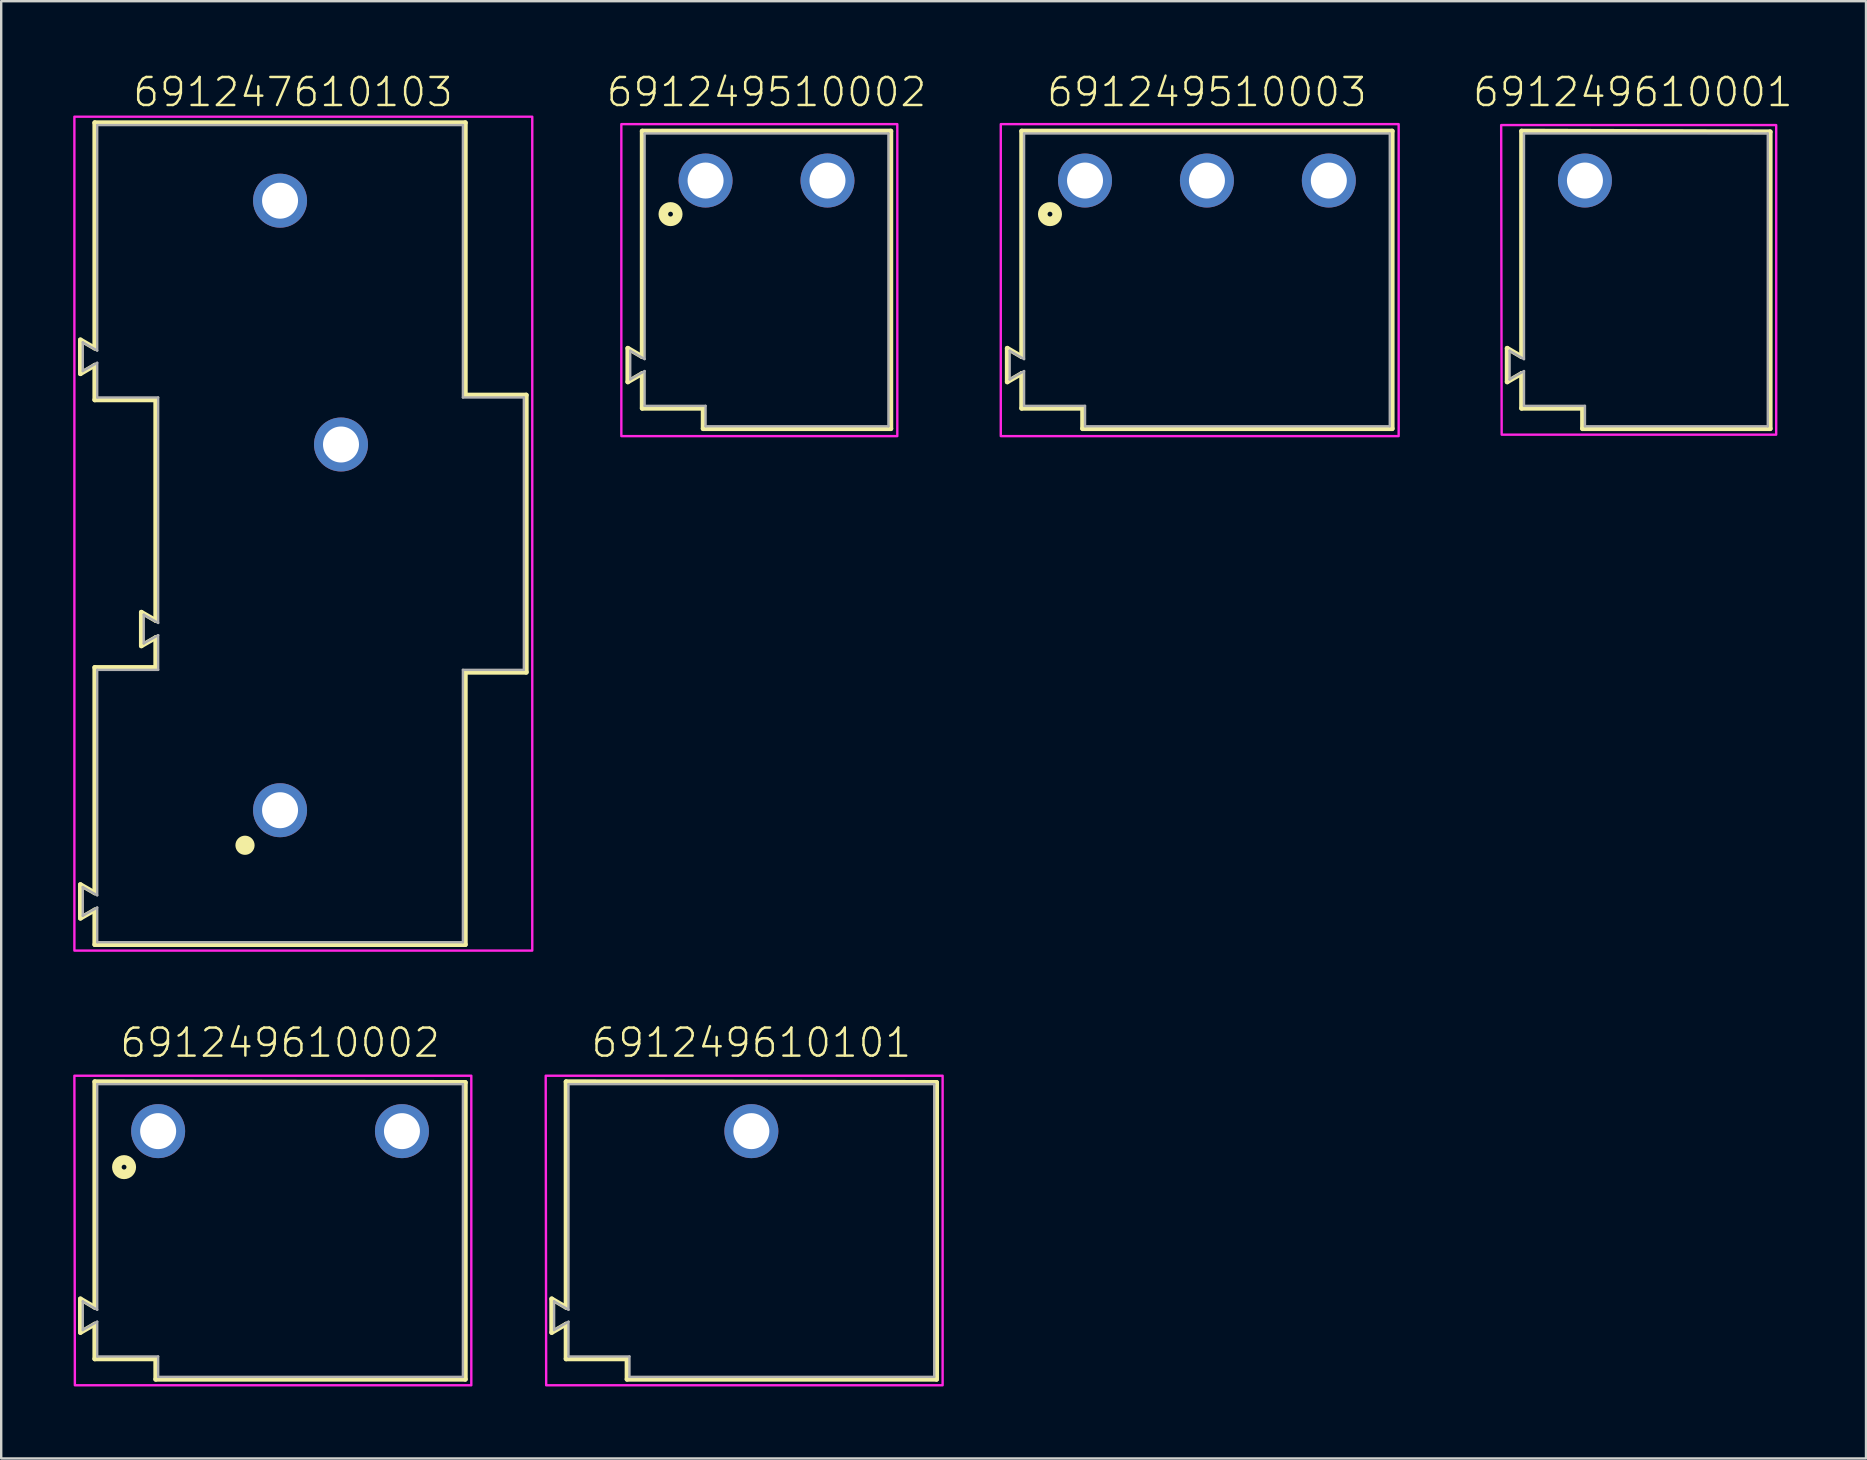
<source format=kicad_pcb>
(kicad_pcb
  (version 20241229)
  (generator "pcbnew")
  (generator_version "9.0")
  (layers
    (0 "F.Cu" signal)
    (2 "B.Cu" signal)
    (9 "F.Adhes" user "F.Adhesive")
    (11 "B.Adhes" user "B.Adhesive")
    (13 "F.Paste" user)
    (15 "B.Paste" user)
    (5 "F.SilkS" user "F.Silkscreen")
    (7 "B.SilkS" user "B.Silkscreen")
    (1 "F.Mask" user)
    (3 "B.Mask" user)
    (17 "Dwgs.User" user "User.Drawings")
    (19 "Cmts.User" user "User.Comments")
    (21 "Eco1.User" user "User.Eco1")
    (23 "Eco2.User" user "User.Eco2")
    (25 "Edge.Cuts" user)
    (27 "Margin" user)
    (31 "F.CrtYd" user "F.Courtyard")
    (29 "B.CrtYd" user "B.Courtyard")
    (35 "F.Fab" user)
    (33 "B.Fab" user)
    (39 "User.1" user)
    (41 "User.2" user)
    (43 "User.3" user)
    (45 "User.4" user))
  (footprint "691249610001"
    (layer "F.Cu")
    (at 62.996 4.473)
    (property "Reference" "691249610001" (at 2 -3 0) (unlocked yes) (layer "F.SilkS") (effects (font (size 1.168 1.168) (thickness 0.102)) (justify bottom)))
    (fp_line (start -3.24 6.99) (end -2.64 7.342) (stroke (width 0.2) (type solid)) (layer "F.SilkS"))
    (fp_line (start -3.24 8.39) (end -3.24 6.99) (stroke (width 0.2) (type solid)) (layer "F.SilkS"))
    (fp_line (start -2.64 -2.06) (end 7.72 -2.03) (stroke (width 0.2) (type solid)) (layer "F.SilkS"))
    (fp_line (start -2.64 7.342) (end -2.64 -2.06) (stroke (width 0.2) (type solid)) (layer "F.SilkS"))
    (fp_line (start -2.64 8.04) (end -3.24 8.39) (stroke (width 0.2) (type solid)) (layer "F.SilkS"))
    (fp_line (start -2.64 9.49) (end -2.64 8.04) (stroke (width 0.2) (type solid)) (layer "F.SilkS"))
    (fp_line (start -0.1 9.49) (end -2.64 9.49) (stroke (width 0.2) (type solid)) (layer "F.SilkS"))
    (fp_line (start -0.1 10.34) (end -0.1 9.49) (stroke (width 0.2) (type solid)) (layer "F.SilkS"))
    (fp_line (start 7.72 -2.03) (end 7.72 10.34) (stroke (width 0.2) (type solid)) (layer "F.SilkS"))
    (fp_line (start 7.72 10.34) (end -0.1 10.34) (stroke (width 0.2) (type solid)) (layer "F.SilkS"))
    (fp_poly (pts (xy 7.97 10.59) (xy -3.47 10.59) (xy -3.49 -2.31) (xy 7.97 -2.31)) (stroke (width 0.1) (type default)) (fill no) (layer "F.CrtYd"))
    (fp_line (start -3.14 7.09) (end -3.14 8.29) (stroke (width 0.1) (type solid)) (layer "F.Fab"))
    (fp_line (start -3.14 7.09) (end -2.54 7.442) (stroke (width 0.1) (type solid)) (layer "F.Fab"))
    (fp_line (start -3.14 8.29) (end -2.54 7.94) (stroke (width 0.1) (type solid)) (layer "F.Fab"))
    (fp_line (start -2.54 -1.96) (end 7.62 -1.96) (stroke (width 0.1) (type solid)) (layer "F.Fab"))
    (fp_line (start -2.54 7.442) (end -2.54 -1.96) (stroke (width 0.1) (type solid)) (layer "F.Fab"))
    (fp_line (start -2.54 9.39) (end -2.54 7.94) (stroke (width 0.1) (type solid)) (layer "F.Fab"))
    (fp_line (start 0 9.39) (end -2.54 9.39) (stroke (width 0.1) (type solid)) (layer "F.Fab"))
    (fp_line (start 0 10.24) (end 0 9.39) (stroke (width 0.1) (type solid)) (layer "F.Fab"))
    (fp_line (start 7.62 -1.96) (end 7.62 10.24) (stroke (width 0.1) (type solid)) (layer "F.Fab"))
    (fp_line (start 7.62 10.24) (end 0 10.24) (stroke (width 0.1) (type solid)) (layer "F.Fab"))
    (pad "1" thru_hole circle (at 0 0) (size 2.25 2.25) (drill 1.5) (layers "*.Cu" "*.Mask")))
  (footprint "691249510003"
    (layer "F.Cu")
    (at 47.244 4.473)
    (property "Reference" "691249510003" (at 0 -3 0) (unlocked yes) (layer "F.SilkS") (effects (font (size 1.168 1.168) (thickness 0.102)) (justify bottom)))
    (fp_line (start -8.32 6.99) (end -7.72 7.34) (stroke (width 0.2) (type solid)) (layer "F.SilkS"))
    (fp_line (start -8.32 8.39) (end -8.32 6.99) (stroke (width 0.2) (type solid)) (layer "F.SilkS"))
    (fp_line (start -7.72 -2.06) (end 7.72 -2.06) (stroke (width 0.2) (type solid)) (layer "F.SilkS"))
    (fp_line (start -7.72 7.34) (end -7.72 -2.06) (stroke (width 0.2) (type solid)) (layer "F.SilkS"))
    (fp_line (start -7.72 8.04) (end -8.32 8.39) (stroke (width 0.2) (type solid)) (layer "F.SilkS"))
    (fp_line (start -7.72 9.49) (end -7.72 8.04) (stroke (width 0.2) (type solid)) (layer "F.SilkS"))
    (fp_line (start -5.18 9.49) (end -7.72 9.49) (stroke (width 0.2) (type solid)) (layer "F.SilkS"))
    (fp_line (start -5.18 10.34) (end -5.18 9.49) (stroke (width 0.2) (type solid)) (layer "F.SilkS"))
    (fp_line (start 7.72 -2.06) (end 7.72 10.34) (stroke (width 0.2) (type solid)) (layer "F.SilkS"))
    (fp_line (start 7.72 10.34) (end -5.18 10.34) (stroke (width 0.2) (type solid)) (layer "F.SilkS"))
    (fp_circle (center -6.54 1.4) (end -6.44 1.4) (stroke (width 0.4) (type solid)) (fill no) (layer "F.SilkS"))
    (fp_poly (pts (xy 7.99 10.65) (xy -8.59 10.65) (xy -8.59 -2.35) (xy 7.99 -2.35)) (stroke (width 0.1) (type default)) (fill no) (layer "F.CrtYd"))
    (fp_line (start -8.22 7.09) (end -8.22 8.29) (stroke (width 0.1) (type solid)) (layer "F.Fab"))
    (fp_line (start -8.22 7.09) (end -7.62 7.44) (stroke (width 0.1) (type solid)) (layer "F.Fab"))
    (fp_line (start -8.22 8.29) (end -7.62 7.94) (stroke (width 0.1) (type solid)) (layer "F.Fab"))
    (fp_line (start -7.62 -1.96) (end 7.62 -1.96) (stroke (width 0.1) (type solid)) (layer "F.Fab"))
    (fp_line (start -7.62 7.44) (end -7.62 -1.96) (stroke (width 0.1) (type solid)) (layer "F.Fab"))
    (fp_line (start -7.62 9.39) (end -7.62 7.94) (stroke (width 0.1) (type solid)) (layer "F.Fab"))
    (fp_line (start -5.08 9.39) (end -7.62 9.39) (stroke (width 0.1) (type solid)) (layer "F.Fab"))
    (fp_line (start -5.08 10.24) (end -5.08 9.39) (stroke (width 0.1) (type solid)) (layer "F.Fab"))
    (fp_line (start 7.62 -1.96) (end 7.62 10.24) (stroke (width 0.1) (type solid)) (layer "F.Fab"))
    (fp_line (start 7.62 10.24) (end -5.08 10.24) (stroke (width 0.1) (type solid)) (layer "F.Fab"))
    (pad "1" thru_hole circle (at -5.08 0) (size 2.25 2.25) (drill 1.5) (layers "*.Cu" "*.Mask"))
    (pad "2" thru_hole circle (at 0 0) (size 2.25 2.25) (drill 1.5) (layers "*.Cu" "*.Mask"))
    (pad "3" thru_hole circle (at 5.08 0) (size 2.25 2.25) (drill 1.5) (layers "*.Cu" "*.Mask")))
  (footprint "691249510002"
    (layer "F.Cu")
    (at 28.892 4.473)
    (property "Reference" "691249510002" (at 0 -3 0) (unlocked yes) (layer "F.SilkS") (effects (font (size 1.168 1.168) (thickness 0.102)) (justify bottom)))
    (fp_line (start -5.78 6.99) (end -5.18 7.34) (stroke (width 0.2) (type solid)) (layer "F.SilkS"))
    (fp_line (start -5.78 8.39) (end -5.78 6.99) (stroke (width 0.2) (type solid)) (layer "F.SilkS"))
    (fp_line (start -5.18 -2.06) (end 5.18 -2.06) (stroke (width 0.2) (type solid)) (layer "F.SilkS"))
    (fp_line (start -5.18 7.34) (end -5.18 -2.06) (stroke (width 0.2) (type solid)) (layer "F.SilkS"))
    (fp_line (start -5.18 8.04) (end -5.78 8.39) (stroke (width 0.2) (type solid)) (layer "F.SilkS"))
    (fp_line (start -5.18 9.49) (end -5.18 8.04) (stroke (width 0.2) (type solid)) (layer "F.SilkS"))
    (fp_line (start -2.64 9.49) (end -5.18 9.49) (stroke (width 0.2) (type solid)) (layer "F.SilkS"))
    (fp_line (start -2.64 10.34) (end -2.64 9.49) (stroke (width 0.2) (type solid)) (layer "F.SilkS"))
    (fp_line (start 5.18 -2.06) (end 5.18 10.34) (stroke (width 0.2) (type solid)) (layer "F.SilkS"))
    (fp_line (start 5.18 10.34) (end -2.64 10.34) (stroke (width 0.2) (type solid)) (layer "F.SilkS"))
    (fp_circle (center -4 1.4) (end -3.9 1.4) (stroke (width 0.4) (type solid)) (fill no) (layer "F.SilkS"))
    (fp_poly (pts (xy 5.45 10.65) (xy -6.05 10.65) (xy -6.05 -2.35) (xy 5.45 -2.35)) (stroke (width 0.1) (type default)) (fill no) (layer "F.CrtYd"))
    (fp_line (start -5.68 7.09) (end -5.68 8.29) (stroke (width 0.1) (type solid)) (layer "F.Fab"))
    (fp_line (start -5.68 7.09) (end -5.08 7.44) (stroke (width 0.1) (type solid)) (layer "F.Fab"))
    (fp_line (start -5.68 8.29) (end -5.08 7.94) (stroke (width 0.1) (type solid)) (layer "F.Fab"))
    (fp_line (start -5.08 -1.96) (end 5.08 -1.96) (stroke (width 0.1) (type solid)) (layer "F.Fab"))
    (fp_line (start -5.08 7.44) (end -5.08 -1.96) (stroke (width 0.1) (type solid)) (layer "F.Fab"))
    (fp_line (start -5.08 9.39) (end -5.08 7.94) (stroke (width 0.1) (type solid)) (layer "F.Fab"))
    (fp_line (start -2.54 9.39) (end -5.08 9.39) (stroke (width 0.1) (type solid)) (layer "F.Fab"))
    (fp_line (start -2.54 10.24) (end -2.54 9.39) (stroke (width 0.1) (type solid)) (layer "F.Fab"))
    (fp_line (start 5.08 -1.96) (end 5.08 10.24) (stroke (width 0.1) (type solid)) (layer "F.Fab"))
    (fp_line (start 5.08 10.24) (end -2.54 10.24) (stroke (width 0.1) (type solid)) (layer "F.Fab"))
    (pad "1" thru_hole circle (at -2.54 0) (size 2.25 2.25) (drill 1.5) (layers "*.Cu" "*.Mask"))
    (pad "2" thru_hole circle (at 2.54 0) (size 2.25 2.25) (drill 1.5) (layers "*.Cu" "*.Mask")))
  (footprint "691249610101"
    (layer "F.Cu")
    (at 28.26 44.086)
    (property "Reference" "691249610101" (at 0 -3 0) (unlocked yes) (layer "F.SilkS") (effects (font (size 1.168 1.168) (thickness 0.102)) (justify bottom)))
    (fp_line (start -8.32 6.99) (end -7.72 7.342) (stroke (width 0.2) (type solid)) (layer "F.SilkS"))
    (fp_line (start -8.32 8.39) (end -8.32 6.99) (stroke (width 0.2) (type solid)) (layer "F.SilkS"))
    (fp_line (start -7.72 -2.06) (end 7.72 -2.03) (stroke (width 0.2) (type solid)) (layer "F.SilkS"))
    (fp_line (start -7.72 7.342) (end -7.72 -2.06) (stroke (width 0.2) (type solid)) (layer "F.SilkS"))
    (fp_line (start -7.72 8.04) (end -8.32 8.39) (stroke (width 0.2) (type solid)) (layer "F.SilkS"))
    (fp_line (start -7.72 9.49) (end -7.72 8.04) (stroke (width 0.2) (type solid)) (layer "F.SilkS"))
    (fp_line (start -5.18 9.49) (end -7.72 9.49) (stroke (width 0.2) (type solid)) (layer "F.SilkS"))
    (fp_line (start -5.18 10.34) (end -5.18 9.49) (stroke (width 0.2) (type solid)) (layer "F.SilkS"))
    (fp_line (start 7.72 -2.03) (end 7.72 10.34) (stroke (width 0.2) (type solid)) (layer "F.SilkS"))
    (fp_line (start 7.72 10.34) (end -5.18 10.34) (stroke (width 0.2) (type solid)) (layer "F.SilkS"))
    (fp_poly (pts (xy 7.97 10.59) (xy -8.55 10.59) (xy -8.57 -2.31) (xy 7.97 -2.31)) (stroke (width 0.1) (type default)) (fill no) (layer "F.CrtYd"))
    (fp_line (start -8.22 7.09) (end -8.22 8.29) (stroke (width 0.1) (type solid)) (layer "F.Fab"))
    (fp_line (start -8.22 7.09) (end -7.62 7.442) (stroke (width 0.1) (type solid)) (layer "F.Fab"))
    (fp_line (start -8.22 8.29) (end -7.62 7.94) (stroke (width 0.1) (type solid)) (layer "F.Fab"))
    (fp_line (start -7.62 -1.96) (end 7.62 -1.96) (stroke (width 0.1) (type solid)) (layer "F.Fab"))
    (fp_line (start -7.62 7.442) (end -7.62 -1.96) (stroke (width 0.1) (type solid)) (layer "F.Fab"))
    (fp_line (start -7.62 9.39) (end -7.62 7.94) (stroke (width 0.1) (type solid)) (layer "F.Fab"))
    (fp_line (start -5.08 9.39) (end -7.62 9.39) (stroke (width 0.1) (type solid)) (layer "F.Fab"))
    (fp_line (start -5.08 10.24) (end -5.08 9.39) (stroke (width 0.1) (type solid)) (layer "F.Fab"))
    (fp_line (start 7.62 -1.96) (end 7.62 10.24) (stroke (width 0.1) (type solid)) (layer "F.Fab"))
    (fp_line (start 7.62 10.24) (end -5.08 10.24) (stroke (width 0.1) (type solid)) (layer "F.Fab"))
    (pad "1" thru_hole circle (at 0 0) (size 2.25 2.25) (drill 1.5) (layers "*.Cu" "*.Mask")))
  (footprint "691247610103"
    (layer "F.Cu")
    (at 11.16 15.473)
    (property "Reference" "691247610103" (at -2 -14 0) (unlocked yes) (layer "F.SilkS") (effects (font (size 1.168 1.168) (thickness 0.102)) (justify bottom)))
    (fp_line (start -10.86 -4.36) (end -10.26 -4.015) (stroke (width 0.2) (type solid)) (layer "F.SilkS"))
    (fp_line (start -10.86 -2.95) (end -10.86 -4.36) (stroke (width 0.2) (type solid)) (layer "F.SilkS"))
    (fp_line (start -10.86 18.34) (end -10.26 18.685) (stroke (width 0.2) (type solid)) (layer "F.SilkS"))
    (fp_line (start -10.86 19.74) (end -10.86 18.34) (stroke (width 0.2) (type solid)) (layer "F.SilkS"))
    (fp_line (start -10.26 -13.41) (end 5.18 -13.41) (stroke (width 0.2) (type solid)) (layer "F.SilkS"))
    (fp_line (start -10.26 -4.015) (end -10.26 -13.41) (stroke (width 0.2) (type solid)) (layer "F.SilkS"))
    (fp_line (start -10.26 -3.305) (end -10.86 -2.95) (stroke (width 0.2) (type solid)) (layer "F.SilkS"))
    (fp_line (start -10.26 -1.86) (end -10.26 -3.305) (stroke (width 0.2) (type solid)) (layer "F.SilkS"))
    (fp_line (start -10.26 9.29) (end -7.72 9.29) (stroke (width 0.2) (type solid)) (layer "F.SilkS"))
    (fp_line (start -10.26 18.685) (end -10.26 9.29) (stroke (width 0.2) (type solid)) (layer "F.SilkS"))
    (fp_line (start -10.26 19.395) (end -10.86 19.74) (stroke (width 0.2) (type solid)) (layer "F.SilkS"))
    (fp_line (start -10.26 20.84) (end -10.26 19.395) (stroke (width 0.2) (type solid)) (layer "F.SilkS"))
    (fp_line (start -8.32 6.99) (end -7.72 7.335) (stroke (width 0.2) (type solid)) (layer "F.SilkS"))
    (fp_line (start -8.32 8.39) (end -8.32 6.99) (stroke (width 0.2) (type solid)) (layer "F.SilkS"))
    (fp_line (start -7.72 -1.86) (end -10.26 -1.86) (stroke (width 0.2) (type solid)) (layer "F.SilkS"))
    (fp_line (start -7.72 7.335) (end -7.72 -1.86) (stroke (width 0.2) (type solid)) (layer "F.SilkS"))
    (fp_line (start -7.72 8.045) (end -8.32 8.39) (stroke (width 0.2) (type solid)) (layer "F.SilkS"))
    (fp_line (start -7.72 9.29) (end -7.72 8.045) (stroke (width 0.2) (type solid)) (layer "F.SilkS"))
    (fp_line (start 5.18 -13.41) (end 5.18 -2.06) (stroke (width 0.2) (type solid)) (layer "F.SilkS"))
    (fp_line (start 5.18 -2.06) (end 7.72 -2.06) (stroke (width 0.2) (type solid)) (layer "F.SilkS"))
    (fp_line (start 5.18 9.49) (end 5.18 20.84) (stroke (width 0.2) (type solid)) (layer "F.SilkS"))
    (fp_line (start 5.18 20.84) (end -10.26 20.84) (stroke (width 0.2) (type solid)) (layer "F.SilkS"))
    (fp_line (start 7.72 -2.06) (end 7.72 9.49) (stroke (width 0.2) (type solid)) (layer "F.SilkS"))
    (fp_line (start 7.72 9.49) (end 5.18 9.49) (stroke (width 0.2) (type solid)) (layer "F.SilkS"))
    (fp_circle (center -4 16.7) (end -3.8 16.7) (stroke (width 0.4) (type solid)) (fill no) (layer "F.SilkS"))
    (fp_poly (pts (xy 7.97 21.09) (xy -11.11 21.09) (xy -11.11 -13.66) (xy 7.97 -13.66)) (stroke (width 0.1) (type default)) (fill no) (layer "F.CrtYd"))
    (fp_line (start -10.76 -4.26) (end -10.76 -3.06) (stroke (width 0.1) (type solid)) (layer "F.Fab"))
    (fp_line (start -10.76 -4.26) (end -10.16 -3.915) (stroke (width 0.1) (type solid)) (layer "F.Fab"))
    (fp_line (start -10.76 18.44) (end -10.16 18.785) (stroke (width 0.1) (type solid)) (layer "F.Fab"))
    (fp_line (start -10.76 19.64) (end -10.76 18.44) (stroke (width 0.1) (type solid)) (layer "F.Fab"))
    (fp_line (start -10.76 19.64) (end -10.16 19.295) (stroke (width 0.1) (type solid)) (layer "F.Fab"))
    (fp_line (start -10.16 -13.31) (end -10.16 -3.915) (stroke (width 0.1) (type solid)) (layer "F.Fab"))
    (fp_line (start -10.16 -3.405) (end -10.76 -3.06) (stroke (width 0.1) (type solid)) (layer "F.Fab"))
    (fp_line (start -10.16 -3.405) (end -10.16 -1.96) (stroke (width 0.1) (type solid)) (layer "F.Fab"))
    (fp_line (start -10.16 -1.96) (end -7.62 -1.96) (stroke (width 0.1) (type solid)) (layer "F.Fab"))
    (fp_line (start -10.16 9.39) (end -7.62 9.39) (stroke (width 0.1) (type solid)) (layer "F.Fab"))
    (fp_line (start -10.16 18.785) (end -10.16 9.39) (stroke (width 0.1) (type solid)) (layer "F.Fab"))
    (fp_line (start -10.16 20.74) (end -10.16 19.295) (stroke (width 0.1) (type solid)) (layer "F.Fab"))
    (fp_line (start -8.22 7.09) (end -8.22 8.29) (stroke (width 0.1) (type solid)) (layer "F.Fab"))
    (fp_line (start -8.22 7.09) (end -7.62 7.435) (stroke (width 0.1) (type solid)) (layer "F.Fab"))
    (fp_line (start -8.22 8.29) (end -7.62 7.945) (stroke (width 0.1) (type solid)) (layer "F.Fab"))
    (fp_line (start -7.62 7.435) (end -7.62 -1.96) (stroke (width 0.1) (type solid)) (layer "F.Fab"))
    (fp_line (start -7.62 9.39) (end -7.62 7.945) (stroke (width 0.1) (type solid)) (layer "F.Fab"))
    (fp_line (start 5.08 -13.31) (end -10.16 -13.31) (stroke (width 0.1) (type solid)) (layer "F.Fab"))
    (fp_line (start 5.08 -1.96) (end 5.08 -13.31) (stroke (width 0.1) (type solid)) (layer "F.Fab"))
    (fp_line (start 5.08 9.39) (end 5.08 20.74) (stroke (width 0.1) (type solid)) (layer "F.Fab"))
    (fp_line (start 5.08 20.74) (end -10.16 20.74) (stroke (width 0.1) (type solid)) (layer "F.Fab"))
    (fp_line (start 7.62 -1.96) (end 5.08 -1.96) (stroke (width 0.1) (type solid)) (layer "F.Fab"))
    (fp_line (start 7.62 -1.96) (end 7.62 9.39) (stroke (width 0.1) (type solid)) (layer "F.Fab"))
    (fp_line (start 7.62 9.39) (end 5.08 9.39) (stroke (width 0.1) (type solid)) (layer "F.Fab"))
    (pad "1" thru_hole circle (at -2.54 15.24) (size 2.25 2.25) (drill 1.5) (layers "*.Cu" "*.Mask"))
    (pad "2" thru_hole circle (at 0 0) (size 2.25 2.25) (drill 1.5) (layers "*.Cu" "*.Mask"))
    (pad "3" thru_hole circle (at -2.54 -10.16) (size 2.25 2.25) (drill 1.5) (layers "*.Cu" "*.Mask")))
  (footprint "691249610002"
    (layer "F.Cu")
    (at 8.62 44.086)
    (property "Reference" "691249610002" (at 0 -3 0) (unlocked yes) (layer "F.SilkS") (effects (font (size 1.168 1.168) (thickness 0.102)) (justify bottom)))
    (fp_line (start -8.32 6.99) (end -7.72 7.342) (stroke (width 0.2) (type solid)) (layer "F.SilkS"))
    (fp_line (start -8.32 8.39) (end -8.32 6.99) (stroke (width 0.2) (type solid)) (layer "F.SilkS"))
    (fp_line (start -7.72 -2.06) (end 7.72 -2.03) (stroke (width 0.2) (type solid)) (layer "F.SilkS"))
    (fp_line (start -7.72 7.342) (end -7.72 -2.06) (stroke (width 0.2) (type solid)) (layer "F.SilkS"))
    (fp_line (start -7.72 8.04) (end -8.32 8.39) (stroke (width 0.2) (type solid)) (layer "F.SilkS"))
    (fp_line (start -7.72 9.49) (end -7.72 8.04) (stroke (width 0.2) (type solid)) (layer "F.SilkS"))
    (fp_line (start -5.18 9.49) (end -7.72 9.49) (stroke (width 0.2) (type solid)) (layer "F.SilkS"))
    (fp_line (start -5.18 10.34) (end -5.18 9.49) (stroke (width 0.2) (type solid)) (layer "F.SilkS"))
    (fp_line (start 7.72 -2.03) (end 7.72 10.34) (stroke (width 0.2) (type solid)) (layer "F.SilkS"))
    (fp_line (start 7.72 10.34) (end -5.18 10.34) (stroke (width 0.2) (type solid)) (layer "F.SilkS"))
    (fp_circle (center -6.5 1.5) (end -6.4 1.5) (stroke (width 0.4) (type solid)) (fill no) (layer "F.SilkS"))
    (fp_poly (pts (xy 7.97 10.59) (xy -8.55 10.59) (xy -8.57 -2.31) (xy 7.97 -2.31)) (stroke (width 0.1) (type default)) (fill no) (layer "F.CrtYd"))
    (fp_line (start -8.22 7.09) (end -8.22 8.29) (stroke (width 0.1) (type solid)) (layer "F.Fab"))
    (fp_line (start -8.22 7.09) (end -7.62 7.442) (stroke (width 0.1) (type solid)) (layer "F.Fab"))
    (fp_line (start -8.22 8.29) (end -7.62 7.94) (stroke (width 0.1) (type solid)) (layer "F.Fab"))
    (fp_line (start -7.62 -1.96) (end 7.62 -1.96) (stroke (width 0.1) (type solid)) (layer "F.Fab"))
    (fp_line (start -7.62 7.442) (end -7.62 -1.96) (stroke (width 0.1) (type solid)) (layer "F.Fab"))
    (fp_line (start -7.62 9.39) (end -7.62 7.94) (stroke (width 0.1) (type solid)) (layer "F.Fab"))
    (fp_line (start -5.08 9.39) (end -7.62 9.39) (stroke (width 0.1) (type solid)) (layer "F.Fab"))
    (fp_line (start -5.08 10.24) (end -5.08 9.39) (stroke (width 0.1) (type solid)) (layer "F.Fab"))
    (fp_line (start 7.62 -1.96) (end 7.62 10.24) (stroke (width 0.1) (type solid)) (layer "F.Fab"))
    (fp_line (start 7.62 10.24) (end -5.08 10.24) (stroke (width 0.1) (type solid)) (layer "F.Fab"))
    (pad "1" thru_hole circle (at -5.08 0) (size 2.25 2.25) (drill 1.5) (layers "*.Cu" "*.Mask"))
    (pad "2" thru_hole circle (at 5.08 0) (size 2.25 2.25) (drill 1.5) (layers "*.Cu" "*.Mask")))
  (gr_rect
    (start -3 -3)
    (end 74.709 57.726)
    (stroke (width 0.1) (type default))
    (fill no)
    (layer "Edge.Cuts")))
</source>
